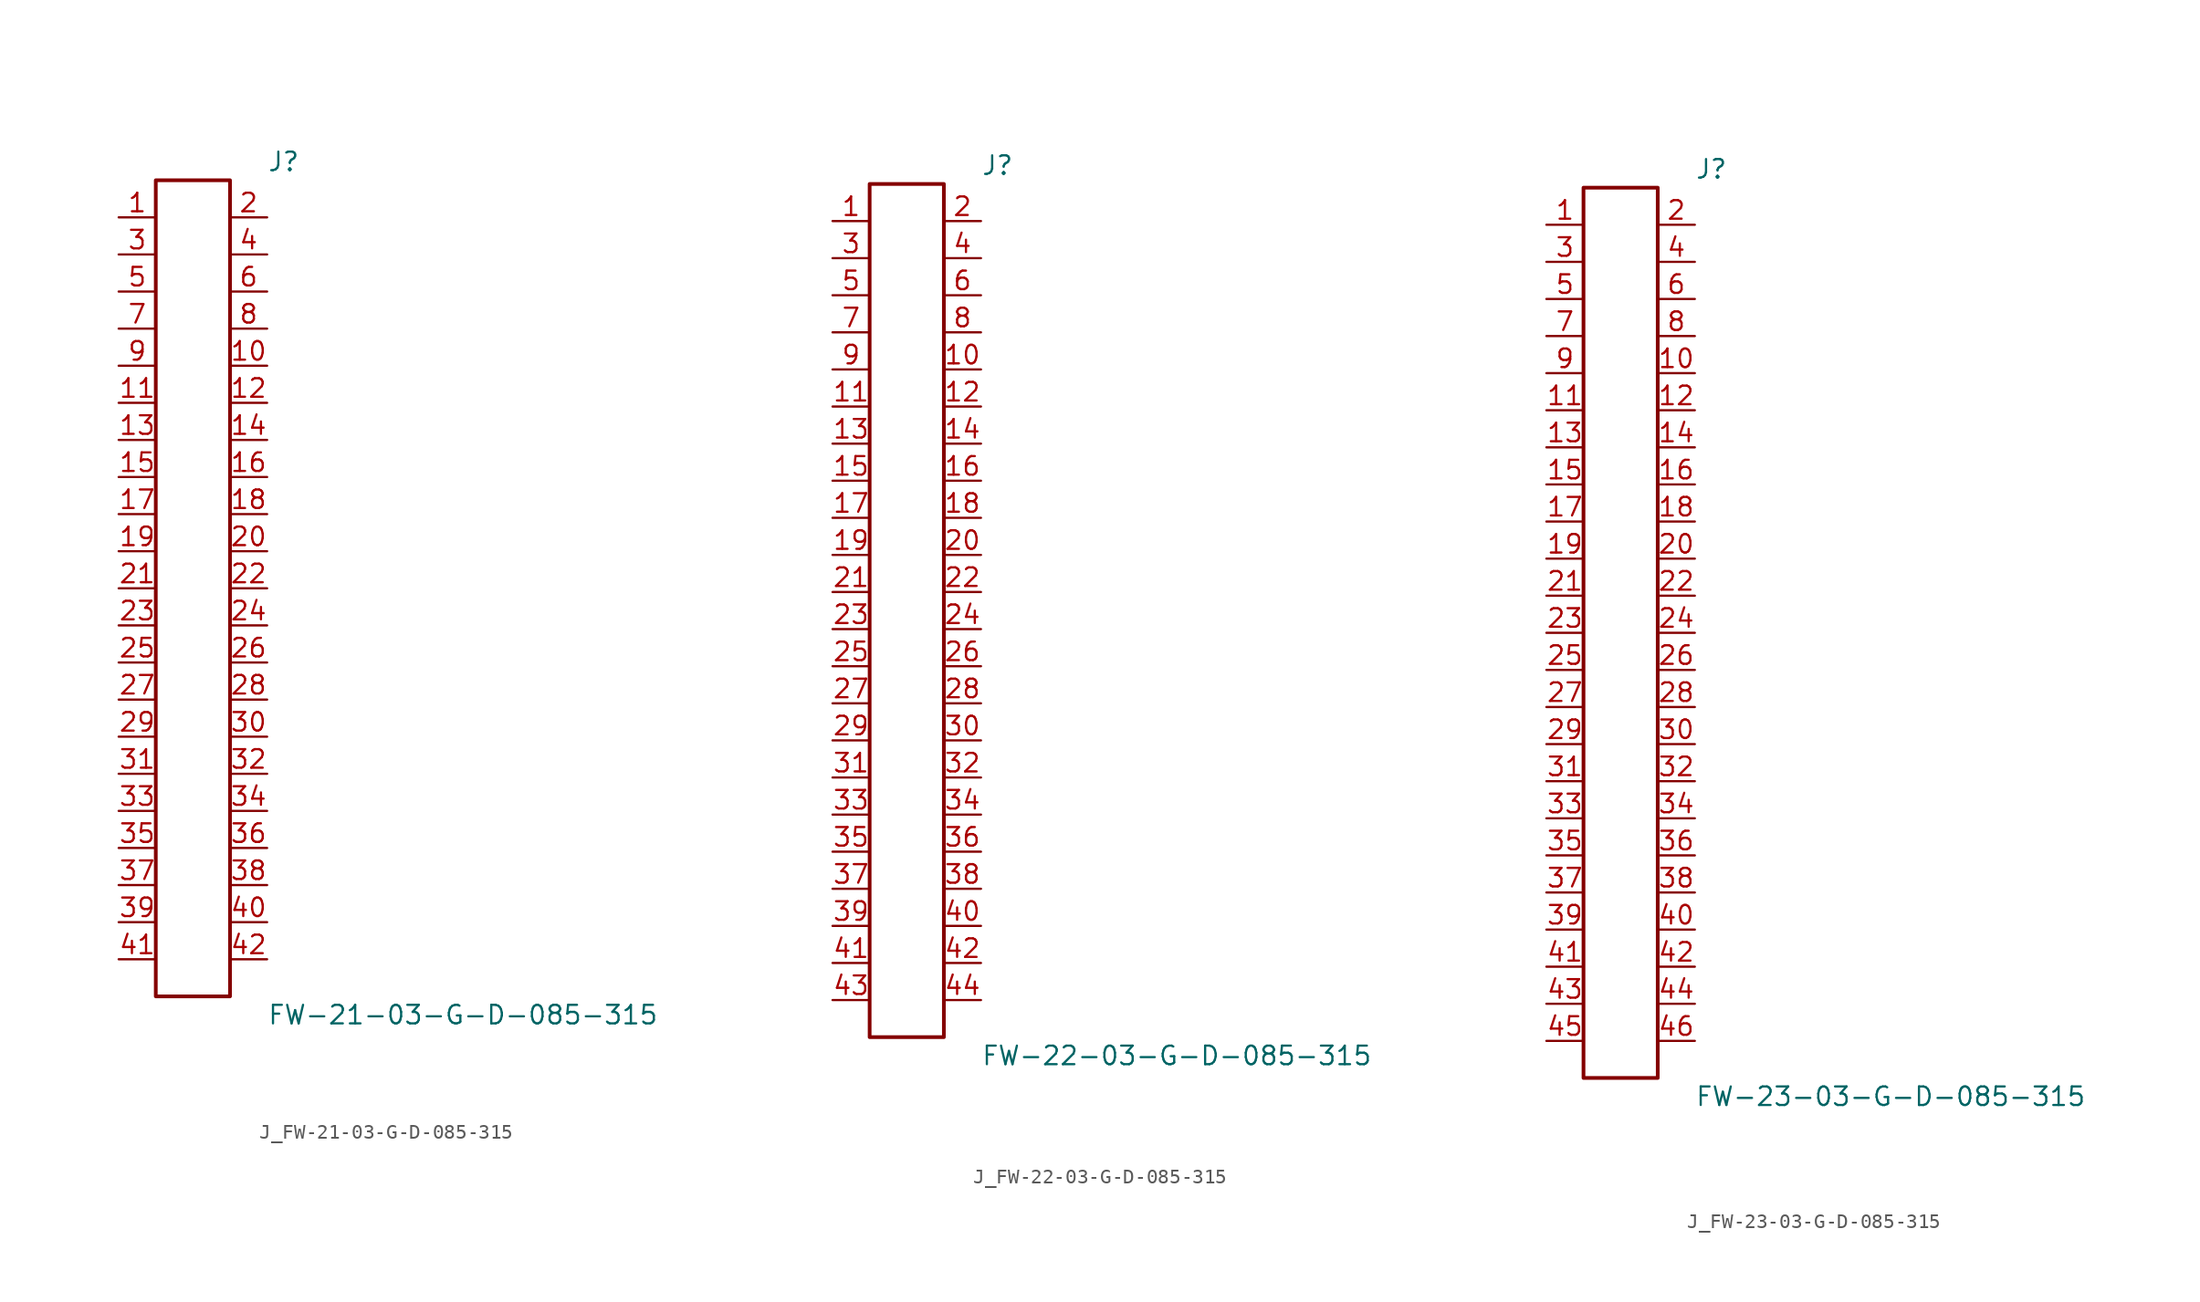
<source format=kicad_sym>
(kicad_symbol_lib
  (version 20231120)
  (generator kicad_symbol_editor)
  (generator_version 8.0)
  (symbol "J_FW-21-03-G-D-085-315"
    (pin_names
      (offset 0.254))
    (property "Reference" "J"
      (at 5.08 29.21 0)
      (effects (font (size 1.27 1.27)) (justify left)))
    (property "Value" "FW-21-03-G-D-085-315"
      (at 5.08 -29.21 0)
      (effects (font (size 1.27 1.27)) (justify left)))
    (symbol "J_FW-21-03-G-D-085-315_0_0"
      (pin unspecified line (at -5.08 25.4 0) (length 2.54) (name "" (effects (font (size 1.27 1.27)))) (number "1" (effects (font (size 1.27 1.27)))))
      (pin unspecified line (at 5.08 25.4 180) (length 2.54) (name "" (effects (font (size 1.27 1.27)))) (number "2" (effects (font (size 1.27 1.27)))))
      (pin unspecified line (at -5.08 22.86 0) (length 2.54) (name "" (effects (font (size 1.27 1.27)))) (number "3" (effects (font (size 1.27 1.27)))))
      (pin unspecified line (at 5.08 22.86 180) (length 2.54) (name "" (effects (font (size 1.27 1.27)))) (number "4" (effects (font (size 1.27 1.27)))))
      (pin unspecified line (at -5.08 20.32 0) (length 2.54) (name "" (effects (font (size 1.27 1.27)))) (number "5" (effects (font (size 1.27 1.27)))))
      (pin unspecified line (at 5.08 20.32 180) (length 2.54) (name "" (effects (font (size 1.27 1.27)))) (number "6" (effects (font (size 1.27 1.27)))))
      (pin unspecified line (at -5.08 17.78 0) (length 2.54) (name "" (effects (font (size 1.27 1.27)))) (number "7" (effects (font (size 1.27 1.27)))))
      (pin unspecified line (at 5.08 17.78 180) (length 2.54) (name "" (effects (font (size 1.27 1.27)))) (number "8" (effects (font (size 1.27 1.27)))))
      (pin unspecified line (at -5.08 15.24 0) (length 2.54) (name "" (effects (font (size 1.27 1.27)))) (number "9" (effects (font (size 1.27 1.27)))))
      (pin unspecified line (at 5.08 15.24 180) (length 2.54) (name "" (effects (font (size 1.27 1.27)))) (number "10" (effects (font (size 1.27 1.27)))))
      (pin unspecified line (at -5.08 12.7 0) (length 2.54) (name "" (effects (font (size 1.27 1.27)))) (number "11" (effects (font (size 1.27 1.27)))))
      (pin unspecified line (at 5.08 12.7 180) (length 2.54) (name "" (effects (font (size 1.27 1.27)))) (number "12" (effects (font (size 1.27 1.27)))))
      (pin unspecified line (at -5.08 10.16 0) (length 2.54) (name "" (effects (font (size 1.27 1.27)))) (number "13" (effects (font (size 1.27 1.27)))))
      (pin unspecified line (at 5.08 10.16 180) (length 2.54) (name "" (effects (font (size 1.27 1.27)))) (number "14" (effects (font (size 1.27 1.27)))))
      (pin unspecified line (at -5.08 7.62 0) (length 2.54) (name "" (effects (font (size 1.27 1.27)))) (number "15" (effects (font (size 1.27 1.27)))))
      (pin unspecified line (at 5.08 7.62 180) (length 2.54) (name "" (effects (font (size 1.27 1.27)))) (number "16" (effects (font (size 1.27 1.27)))))
      (pin unspecified line (at -5.08 5.08 0) (length 2.54) (name "" (effects (font (size 1.27 1.27)))) (number "17" (effects (font (size 1.27 1.27)))))
      (pin unspecified line (at 5.08 5.08 180) (length 2.54) (name "" (effects (font (size 1.27 1.27)))) (number "18" (effects (font (size 1.27 1.27)))))
      (pin unspecified line (at -5.08 2.54 0) (length 2.54) (name "" (effects (font (size 1.27 1.27)))) (number "19" (effects (font (size 1.27 1.27)))))
      (pin unspecified line (at 5.08 2.54 180) (length 2.54) (name "" (effects (font (size 1.27 1.27)))) (number "20" (effects (font (size 1.27 1.27)))))
      (pin unspecified line (at -5.08 0.0 0) (length 2.54) (name "" (effects (font (size 1.27 1.27)))) (number "21" (effects (font (size 1.27 1.27)))))
      (pin unspecified line (at 5.08 0.0 180) (length 2.54) (name "" (effects (font (size 1.27 1.27)))) (number "22" (effects (font (size 1.27 1.27)))))
      (pin unspecified line (at -5.08 -2.54 0) (length 2.54) (name "" (effects (font (size 1.27 1.27)))) (number "23" (effects (font (size 1.27 1.27)))))
      (pin unspecified line (at 5.08 -2.54 180) (length 2.54) (name "" (effects (font (size 1.27 1.27)))) (number "24" (effects (font (size 1.27 1.27)))))
      (pin unspecified line (at -5.08 -5.08 0) (length 2.54) (name "" (effects (font (size 1.27 1.27)))) (number "25" (effects (font (size 1.27 1.27)))))
      (pin unspecified line (at 5.08 -5.08 180) (length 2.54) (name "" (effects (font (size 1.27 1.27)))) (number "26" (effects (font (size 1.27 1.27)))))
      (pin unspecified line (at -5.08 -7.62 0) (length 2.54) (name "" (effects (font (size 1.27 1.27)))) (number "27" (effects (font (size 1.27 1.27)))))
      (pin unspecified line (at 5.08 -7.62 180) (length 2.54) (name "" (effects (font (size 1.27 1.27)))) (number "28" (effects (font (size 1.27 1.27)))))
      (pin unspecified line (at -5.08 -10.16 0) (length 2.54) (name "" (effects (font (size 1.27 1.27)))) (number "29" (effects (font (size 1.27 1.27)))))
      (pin unspecified line (at 5.08 -10.16 180) (length 2.54) (name "" (effects (font (size 1.27 1.27)))) (number "30" (effects (font (size 1.27 1.27)))))
      (pin unspecified line (at -5.08 -12.7 0) (length 2.54) (name "" (effects (font (size 1.27 1.27)))) (number "31" (effects (font (size 1.27 1.27)))))
      (pin unspecified line (at 5.08 -12.7 180) (length 2.54) (name "" (effects (font (size 1.27 1.27)))) (number "32" (effects (font (size 1.27 1.27)))))
      (pin unspecified line (at -5.08 -15.24 0) (length 2.54) (name "" (effects (font (size 1.27 1.27)))) (number "33" (effects (font (size 1.27 1.27)))))
      (pin unspecified line (at 5.08 -15.24 180) (length 2.54) (name "" (effects (font (size 1.27 1.27)))) (number "34" (effects (font (size 1.27 1.27)))))
      (pin unspecified line (at -5.08 -17.78 0) (length 2.54) (name "" (effects (font (size 1.27 1.27)))) (number "35" (effects (font (size 1.27 1.27)))))
      (pin unspecified line (at 5.08 -17.78 180) (length 2.54) (name "" (effects (font (size 1.27 1.27)))) (number "36" (effects (font (size 1.27 1.27)))))
      (pin unspecified line (at -5.08 -20.32 0) (length 2.54) (name "" (effects (font (size 1.27 1.27)))) (number "37" (effects (font (size 1.27 1.27)))))
      (pin unspecified line (at 5.08 -20.32 180) (length 2.54) (name "" (effects (font (size 1.27 1.27)))) (number "38" (effects (font (size 1.27 1.27)))))
      (pin unspecified line (at -5.08 -22.86 0) (length 2.54) (name "" (effects (font (size 1.27 1.27)))) (number "39" (effects (font (size 1.27 1.27)))))
      (pin unspecified line (at 5.08 -22.86 180) (length 2.54) (name "" (effects (font (size 1.27 1.27)))) (number "40" (effects (font (size 1.27 1.27)))))
      (pin unspecified line (at -5.08 -25.4 0) (length 2.54) (name "" (effects (font (size 1.27 1.27)))) (number "41" (effects (font (size 1.27 1.27)))))
      (pin unspecified line (at 5.08 -25.4 180) (length 2.54) (name "" (effects (font (size 1.27 1.27)))) (number "42" (effects (font (size 1.27 1.27))))))
    (symbol "J_FW-21-03-G-D-085-315_1_0"
      (rectangle (start -2.54 27.94) (end 2.54 -27.94) (stroke (width 0.254) (type solid)) (fill (type none)))))
  (symbol "J_FW-22-03-G-D-085-315"
    (pin_names
      (offset 0.254))
    (property "Reference" "J"
      (at 5.08 30.48 0)
      (effects (font (size 1.27 1.27)) (justify left)))
    (property "Value" "FW-22-03-G-D-085-315"
      (at 5.08 -30.48 0)
      (effects (font (size 1.27 1.27)) (justify left)))
    (symbol "J_FW-22-03-G-D-085-315_0_0"
      (pin unspecified line (at -5.08 26.67 0) (length 2.54) (name "" (effects (font (size 1.27 1.27)))) (number "1" (effects (font (size 1.27 1.27)))))
      (pin unspecified line (at 5.08 26.67 180) (length 2.54) (name "" (effects (font (size 1.27 1.27)))) (number "2" (effects (font (size 1.27 1.27)))))
      (pin unspecified line (at -5.08 24.13 0) (length 2.54) (name "" (effects (font (size 1.27 1.27)))) (number "3" (effects (font (size 1.27 1.27)))))
      (pin unspecified line (at 5.08 24.13 180) (length 2.54) (name "" (effects (font (size 1.27 1.27)))) (number "4" (effects (font (size 1.27 1.27)))))
      (pin unspecified line (at -5.08 21.59 0) (length 2.54) (name "" (effects (font (size 1.27 1.27)))) (number "5" (effects (font (size 1.27 1.27)))))
      (pin unspecified line (at 5.08 21.59 180) (length 2.54) (name "" (effects (font (size 1.27 1.27)))) (number "6" (effects (font (size 1.27 1.27)))))
      (pin unspecified line (at -5.08 19.05 0) (length 2.54) (name "" (effects (font (size 1.27 1.27)))) (number "7" (effects (font (size 1.27 1.27)))))
      (pin unspecified line (at 5.08 19.05 180) (length 2.54) (name "" (effects (font (size 1.27 1.27)))) (number "8" (effects (font (size 1.27 1.27)))))
      (pin unspecified line (at -5.08 16.51 0) (length 2.54) (name "" (effects (font (size 1.27 1.27)))) (number "9" (effects (font (size 1.27 1.27)))))
      (pin unspecified line (at 5.08 16.51 180) (length 2.54) (name "" (effects (font (size 1.27 1.27)))) (number "10" (effects (font (size 1.27 1.27)))))
      (pin unspecified line (at -5.08 13.97 0) (length 2.54) (name "" (effects (font (size 1.27 1.27)))) (number "11" (effects (font (size 1.27 1.27)))))
      (pin unspecified line (at 5.08 13.97 180) (length 2.54) (name "" (effects (font (size 1.27 1.27)))) (number "12" (effects (font (size 1.27 1.27)))))
      (pin unspecified line (at -5.08 11.43 0) (length 2.54) (name "" (effects (font (size 1.27 1.27)))) (number "13" (effects (font (size 1.27 1.27)))))
      (pin unspecified line (at 5.08 11.43 180) (length 2.54) (name "" (effects (font (size 1.27 1.27)))) (number "14" (effects (font (size 1.27 1.27)))))
      (pin unspecified line (at -5.08 8.89 0) (length 2.54) (name "" (effects (font (size 1.27 1.27)))) (number "15" (effects (font (size 1.27 1.27)))))
      (pin unspecified line (at 5.08 8.89 180) (length 2.54) (name "" (effects (font (size 1.27 1.27)))) (number "16" (effects (font (size 1.27 1.27)))))
      (pin unspecified line (at -5.08 6.35 0) (length 2.54) (name "" (effects (font (size 1.27 1.27)))) (number "17" (effects (font (size 1.27 1.27)))))
      (pin unspecified line (at 5.08 6.35 180) (length 2.54) (name "" (effects (font (size 1.27 1.27)))) (number "18" (effects (font (size 1.27 1.27)))))
      (pin unspecified line (at -5.08 3.81 0) (length 2.54) (name "" (effects (font (size 1.27 1.27)))) (number "19" (effects (font (size 1.27 1.27)))))
      (pin unspecified line (at 5.08 3.81 180) (length 2.54) (name "" (effects (font (size 1.27 1.27)))) (number "20" (effects (font (size 1.27 1.27)))))
      (pin unspecified line (at -5.08 1.27 0) (length 2.54) (name "" (effects (font (size 1.27 1.27)))) (number "21" (effects (font (size 1.27 1.27)))))
      (pin unspecified line (at 5.08 1.27 180) (length 2.54) (name "" (effects (font (size 1.27 1.27)))) (number "22" (effects (font (size 1.27 1.27)))))
      (pin unspecified line (at -5.08 -1.27 0) (length 2.54) (name "" (effects (font (size 1.27 1.27)))) (number "23" (effects (font (size 1.27 1.27)))))
      (pin unspecified line (at 5.08 -1.27 180) (length 2.54) (name "" (effects (font (size 1.27 1.27)))) (number "24" (effects (font (size 1.27 1.27)))))
      (pin unspecified line (at -5.08 -3.81 0) (length 2.54) (name "" (effects (font (size 1.27 1.27)))) (number "25" (effects (font (size 1.27 1.27)))))
      (pin unspecified line (at 5.08 -3.81 180) (length 2.54) (name "" (effects (font (size 1.27 1.27)))) (number "26" (effects (font (size 1.27 1.27)))))
      (pin unspecified line (at -5.08 -6.35 0) (length 2.54) (name "" (effects (font (size 1.27 1.27)))) (number "27" (effects (font (size 1.27 1.27)))))
      (pin unspecified line (at 5.08 -6.35 180) (length 2.54) (name "" (effects (font (size 1.27 1.27)))) (number "28" (effects (font (size 1.27 1.27)))))
      (pin unspecified line (at -5.08 -8.89 0) (length 2.54) (name "" (effects (font (size 1.27 1.27)))) (number "29" (effects (font (size 1.27 1.27)))))
      (pin unspecified line (at 5.08 -8.89 180) (length 2.54) (name "" (effects (font (size 1.27 1.27)))) (number "30" (effects (font (size 1.27 1.27)))))
      (pin unspecified line (at -5.08 -11.43 0) (length 2.54) (name "" (effects (font (size 1.27 1.27)))) (number "31" (effects (font (size 1.27 1.27)))))
      (pin unspecified line (at 5.08 -11.43 180) (length 2.54) (name "" (effects (font (size 1.27 1.27)))) (number "32" (effects (font (size 1.27 1.27)))))
      (pin unspecified line (at -5.08 -13.97 0) (length 2.54) (name "" (effects (font (size 1.27 1.27)))) (number "33" (effects (font (size 1.27 1.27)))))
      (pin unspecified line (at 5.08 -13.97 180) (length 2.54) (name "" (effects (font (size 1.27 1.27)))) (number "34" (effects (font (size 1.27 1.27)))))
      (pin unspecified line (at -5.08 -16.51 0) (length 2.54) (name "" (effects (font (size 1.27 1.27)))) (number "35" (effects (font (size 1.27 1.27)))))
      (pin unspecified line (at 5.08 -16.51 180) (length 2.54) (name "" (effects (font (size 1.27 1.27)))) (number "36" (effects (font (size 1.27 1.27)))))
      (pin unspecified line (at -5.08 -19.05 0) (length 2.54) (name "" (effects (font (size 1.27 1.27)))) (number "37" (effects (font (size 1.27 1.27)))))
      (pin unspecified line (at 5.08 -19.05 180) (length 2.54) (name "" (effects (font (size 1.27 1.27)))) (number "38" (effects (font (size 1.27 1.27)))))
      (pin unspecified line (at -5.08 -21.59 0) (length 2.54) (name "" (effects (font (size 1.27 1.27)))) (number "39" (effects (font (size 1.27 1.27)))))
      (pin unspecified line (at 5.08 -21.59 180) (length 2.54) (name "" (effects (font (size 1.27 1.27)))) (number "40" (effects (font (size 1.27 1.27)))))
      (pin unspecified line (at -5.08 -24.13 0) (length 2.54) (name "" (effects (font (size 1.27 1.27)))) (number "41" (effects (font (size 1.27 1.27)))))
      (pin unspecified line (at 5.08 -24.13 180) (length 2.54) (name "" (effects (font (size 1.27 1.27)))) (number "42" (effects (font (size 1.27 1.27)))))
      (pin unspecified line (at -5.08 -26.67 0) (length 2.54) (name "" (effects (font (size 1.27 1.27)))) (number "43" (effects (font (size 1.27 1.27)))))
      (pin unspecified line (at 5.08 -26.67 180) (length 2.54) (name "" (effects (font (size 1.27 1.27)))) (number "44" (effects (font (size 1.27 1.27))))))
    (symbol "J_FW-22-03-G-D-085-315_1_0"
      (rectangle (start -2.54 29.21) (end 2.54 -29.21) (stroke (width 0.254) (type solid)) (fill (type none)))))
  (symbol "J_FW-23-03-G-D-085-315"
    (pin_names
      (offset 0.254))
    (property "Reference" "J"
      (at 5.08 31.75 0)
      (effects (font (size 1.27 1.27)) (justify left)))
    (property "Value" "FW-23-03-G-D-085-315"
      (at 5.08 -31.75 0)
      (effects (font (size 1.27 1.27)) (justify left)))
    (symbol "J_FW-23-03-G-D-085-315_0_0"
      (pin unspecified line (at -5.08 27.94 0) (length 2.54) (name "" (effects (font (size 1.27 1.27)))) (number "1" (effects (font (size 1.27 1.27)))))
      (pin unspecified line (at 5.08 27.94 180) (length 2.54) (name "" (effects (font (size 1.27 1.27)))) (number "2" (effects (font (size 1.27 1.27)))))
      (pin unspecified line (at -5.08 25.4 0) (length 2.54) (name "" (effects (font (size 1.27 1.27)))) (number "3" (effects (font (size 1.27 1.27)))))
      (pin unspecified line (at 5.08 25.4 180) (length 2.54) (name "" (effects (font (size 1.27 1.27)))) (number "4" (effects (font (size 1.27 1.27)))))
      (pin unspecified line (at -5.08 22.86 0) (length 2.54) (name "" (effects (font (size 1.27 1.27)))) (number "5" (effects (font (size 1.27 1.27)))))
      (pin unspecified line (at 5.08 22.86 180) (length 2.54) (name "" (effects (font (size 1.27 1.27)))) (number "6" (effects (font (size 1.27 1.27)))))
      (pin unspecified line (at -5.08 20.32 0) (length 2.54) (name "" (effects (font (size 1.27 1.27)))) (number "7" (effects (font (size 1.27 1.27)))))
      (pin unspecified line (at 5.08 20.32 180) (length 2.54) (name "" (effects (font (size 1.27 1.27)))) (number "8" (effects (font (size 1.27 1.27)))))
      (pin unspecified line (at -5.08 17.78 0) (length 2.54) (name "" (effects (font (size 1.27 1.27)))) (number "9" (effects (font (size 1.27 1.27)))))
      (pin unspecified line (at 5.08 17.78 180) (length 2.54) (name "" (effects (font (size 1.27 1.27)))) (number "10" (effects (font (size 1.27 1.27)))))
      (pin unspecified line (at -5.08 15.24 0) (length 2.54) (name "" (effects (font (size 1.27 1.27)))) (number "11" (effects (font (size 1.27 1.27)))))
      (pin unspecified line (at 5.08 15.24 180) (length 2.54) (name "" (effects (font (size 1.27 1.27)))) (number "12" (effects (font (size 1.27 1.27)))))
      (pin unspecified line (at -5.08 12.7 0) (length 2.54) (name "" (effects (font (size 1.27 1.27)))) (number "13" (effects (font (size 1.27 1.27)))))
      (pin unspecified line (at 5.08 12.7 180) (length 2.54) (name "" (effects (font (size 1.27 1.27)))) (number "14" (effects (font (size 1.27 1.27)))))
      (pin unspecified line (at -5.08 10.16 0) (length 2.54) (name "" (effects (font (size 1.27 1.27)))) (number "15" (effects (font (size 1.27 1.27)))))
      (pin unspecified line (at 5.08 10.16 180) (length 2.54) (name "" (effects (font (size 1.27 1.27)))) (number "16" (effects (font (size 1.27 1.27)))))
      (pin unspecified line (at -5.08 7.62 0) (length 2.54) (name "" (effects (font (size 1.27 1.27)))) (number "17" (effects (font (size 1.27 1.27)))))
      (pin unspecified line (at 5.08 7.62 180) (length 2.54) (name "" (effects (font (size 1.27 1.27)))) (number "18" (effects (font (size 1.27 1.27)))))
      (pin unspecified line (at -5.08 5.08 0) (length 2.54) (name "" (effects (font (size 1.27 1.27)))) (number "19" (effects (font (size 1.27 1.27)))))
      (pin unspecified line (at 5.08 5.08 180) (length 2.54) (name "" (effects (font (size 1.27 1.27)))) (number "20" (effects (font (size 1.27 1.27)))))
      (pin unspecified line (at -5.08 2.54 0) (length 2.54) (name "" (effects (font (size 1.27 1.27)))) (number "21" (effects (font (size 1.27 1.27)))))
      (pin unspecified line (at 5.08 2.54 180) (length 2.54) (name "" (effects (font (size 1.27 1.27)))) (number "22" (effects (font (size 1.27 1.27)))))
      (pin unspecified line (at -5.08 0.0 0) (length 2.54) (name "" (effects (font (size 1.27 1.27)))) (number "23" (effects (font (size 1.27 1.27)))))
      (pin unspecified line (at 5.08 0.0 180) (length 2.54) (name "" (effects (font (size 1.27 1.27)))) (number "24" (effects (font (size 1.27 1.27)))))
      (pin unspecified line (at -5.08 -2.54 0) (length 2.54) (name "" (effects (font (size 1.27 1.27)))) (number "25" (effects (font (size 1.27 1.27)))))
      (pin unspecified line (at 5.08 -2.54 180) (length 2.54) (name "" (effects (font (size 1.27 1.27)))) (number "26" (effects (font (size 1.27 1.27)))))
      (pin unspecified line (at -5.08 -5.08 0) (length 2.54) (name "" (effects (font (size 1.27 1.27)))) (number "27" (effects (font (size 1.27 1.27)))))
      (pin unspecified line (at 5.08 -5.08 180) (length 2.54) (name "" (effects (font (size 1.27 1.27)))) (number "28" (effects (font (size 1.27 1.27)))))
      (pin unspecified line (at -5.08 -7.62 0) (length 2.54) (name "" (effects (font (size 1.27 1.27)))) (number "29" (effects (font (size 1.27 1.27)))))
      (pin unspecified line (at 5.08 -7.62 180) (length 2.54) (name "" (effects (font (size 1.27 1.27)))) (number "30" (effects (font (size 1.27 1.27)))))
      (pin unspecified line (at -5.08 -10.16 0) (length 2.54) (name "" (effects (font (size 1.27 1.27)))) (number "31" (effects (font (size 1.27 1.27)))))
      (pin unspecified line (at 5.08 -10.16 180) (length 2.54) (name "" (effects (font (size 1.27 1.27)))) (number "32" (effects (font (size 1.27 1.27)))))
      (pin unspecified line (at -5.08 -12.7 0) (length 2.54) (name "" (effects (font (size 1.27 1.27)))) (number "33" (effects (font (size 1.27 1.27)))))
      (pin unspecified line (at 5.08 -12.7 180) (length 2.54) (name "" (effects (font (size 1.27 1.27)))) (number "34" (effects (font (size 1.27 1.27)))))
      (pin unspecified line (at -5.08 -15.24 0) (length 2.54) (name "" (effects (font (size 1.27 1.27)))) (number "35" (effects (font (size 1.27 1.27)))))
      (pin unspecified line (at 5.08 -15.24 180) (length 2.54) (name "" (effects (font (size 1.27 1.27)))) (number "36" (effects (font (size 1.27 1.27)))))
      (pin unspecified line (at -5.08 -17.78 0) (length 2.54) (name "" (effects (font (size 1.27 1.27)))) (number "37" (effects (font (size 1.27 1.27)))))
      (pin unspecified line (at 5.08 -17.78 180) (length 2.54) (name "" (effects (font (size 1.27 1.27)))) (number "38" (effects (font (size 1.27 1.27)))))
      (pin unspecified line (at -5.08 -20.32 0) (length 2.54) (name "" (effects (font (size 1.27 1.27)))) (number "39" (effects (font (size 1.27 1.27)))))
      (pin unspecified line (at 5.08 -20.32 180) (length 2.54) (name "" (effects (font (size 1.27 1.27)))) (number "40" (effects (font (size 1.27 1.27)))))
      (pin unspecified line (at -5.08 -22.86 0) (length 2.54) (name "" (effects (font (size 1.27 1.27)))) (number "41" (effects (font (size 1.27 1.27)))))
      (pin unspecified line (at 5.08 -22.86 180) (length 2.54) (name "" (effects (font (size 1.27 1.27)))) (number "42" (effects (font (size 1.27 1.27)))))
      (pin unspecified line (at -5.08 -25.4 0) (length 2.54) (name "" (effects (font (size 1.27 1.27)))) (number "43" (effects (font (size 1.27 1.27)))))
      (pin unspecified line (at 5.08 -25.4 180) (length 2.54) (name "" (effects (font (size 1.27 1.27)))) (number "44" (effects (font (size 1.27 1.27)))))
      (pin unspecified line (at -5.08 -27.94 0) (length 2.54) (name "" (effects (font (size 1.27 1.27)))) (number "45" (effects (font (size 1.27 1.27)))))
      (pin unspecified line (at 5.08 -27.94 180) (length 2.54) (name "" (effects (font (size 1.27 1.27)))) (number "46" (effects (font (size 1.27 1.27))))))
    (symbol "J_FW-23-03-G-D-085-315_1_0"
      (rectangle (start -2.54 30.48) (end 2.54 -30.48) (stroke (width 0.254) (type solid)) (fill (type none))))))
</source>
